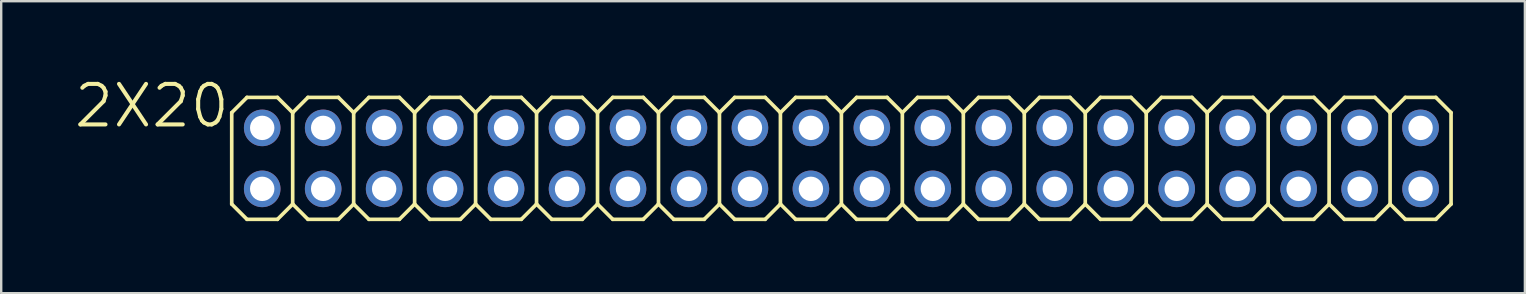
<source format=kicad_pcb>
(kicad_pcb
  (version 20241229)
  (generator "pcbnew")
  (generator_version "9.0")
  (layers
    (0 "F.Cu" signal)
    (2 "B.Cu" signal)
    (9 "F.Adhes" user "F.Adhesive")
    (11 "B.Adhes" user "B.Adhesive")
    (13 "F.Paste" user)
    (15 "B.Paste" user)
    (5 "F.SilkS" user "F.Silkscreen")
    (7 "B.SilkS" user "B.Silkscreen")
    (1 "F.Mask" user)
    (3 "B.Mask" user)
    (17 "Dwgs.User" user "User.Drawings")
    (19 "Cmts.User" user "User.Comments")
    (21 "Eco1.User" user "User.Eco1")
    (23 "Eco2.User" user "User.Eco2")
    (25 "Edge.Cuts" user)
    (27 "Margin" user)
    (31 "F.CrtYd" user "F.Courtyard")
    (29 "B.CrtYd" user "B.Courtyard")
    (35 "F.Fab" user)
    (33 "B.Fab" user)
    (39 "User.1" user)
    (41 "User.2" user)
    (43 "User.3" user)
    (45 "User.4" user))
  (footprint "2X20"
    (layer "F.Cu")
    (at 32.004 3.548)
    (property "Reference" "2X20" (at -25.4 -3.175 0) (layer "F.SilkS") (effects (font (size 1.689 1.689) (thickness 0.169)) (justify right top)))
    (attr through_hole)
    (fp_line (start -25.4 -1.905) (end -24.765 -2.54) (stroke (width 0.152) (type solid)) (layer "F.SilkS"))
    (fp_line (start -25.4 1.905) (end -25.4 -1.905) (stroke (width 0.152) (type solid)) (layer "F.SilkS"))
    (fp_line (start -25.4 1.905) (end -24.765 2.54) (stroke (width 0.152) (type solid)) (layer "F.SilkS"))
    (fp_line (start -24.765 -2.54) (end -23.495 -2.54) (stroke (width 0.152) (type solid)) (layer "F.SilkS"))
    (fp_line (start -24.765 2.54) (end -23.495 2.54) (stroke (width 0.152) (type solid)) (layer "F.SilkS"))
    (fp_line (start -23.495 -2.54) (end -22.86 -1.905) (stroke (width 0.152) (type solid)) (layer "F.SilkS"))
    (fp_line (start -23.495 2.54) (end -22.86 1.905) (stroke (width 0.152) (type solid)) (layer "F.SilkS"))
    (fp_line (start -22.86 -1.905) (end -22.86 1.905) (stroke (width 0.152) (type solid)) (layer "F.SilkS"))
    (fp_line (start -22.86 -1.905) (end -22.225 -2.54) (stroke (width 0.152) (type solid)) (layer "F.SilkS"))
    (fp_line (start -22.86 1.905) (end -22.225 2.54) (stroke (width 0.152) (type solid)) (layer "F.SilkS"))
    (fp_line (start -22.225 -2.54) (end -20.955 -2.54) (stroke (width 0.152) (type solid)) (layer "F.SilkS"))
    (fp_line (start -22.225 2.54) (end -20.955 2.54) (stroke (width 0.152) (type solid)) (layer "F.SilkS"))
    (fp_line (start -20.955 -2.54) (end -20.32 -1.905) (stroke (width 0.152) (type solid)) (layer "F.SilkS"))
    (fp_line (start -20.955 2.54) (end -20.32 1.905) (stroke (width 0.152) (type solid)) (layer "F.SilkS"))
    (fp_line (start -20.32 -1.905) (end -20.32 1.905) (stroke (width 0.152) (type solid)) (layer "F.SilkS"))
    (fp_line (start -20.32 -1.905) (end -19.685 -2.54) (stroke (width 0.152) (type solid)) (layer "F.SilkS"))
    (fp_line (start -20.32 1.905) (end -19.685 2.54) (stroke (width 0.152) (type solid)) (layer "F.SilkS"))
    (fp_line (start -19.685 -2.54) (end -18.415 -2.54) (stroke (width 0.152) (type solid)) (layer "F.SilkS"))
    (fp_line (start -19.685 2.54) (end -18.415 2.54) (stroke (width 0.152) (type solid)) (layer "F.SilkS"))
    (fp_line (start -18.415 -2.54) (end -17.78 -1.905) (stroke (width 0.152) (type solid)) (layer "F.SilkS"))
    (fp_line (start -18.415 2.54) (end -17.78 1.905) (stroke (width 0.152) (type solid)) (layer "F.SilkS"))
    (fp_line (start -17.78 -1.905) (end -17.78 1.905) (stroke (width 0.152) (type solid)) (layer "F.SilkS"))
    (fp_line (start -17.78 -1.905) (end -17.145 -2.54) (stroke (width 0.152) (type solid)) (layer "F.SilkS"))
    (fp_line (start -17.78 1.905) (end -17.145 2.54) (stroke (width 0.152) (type solid)) (layer "F.SilkS"))
    (fp_line (start -17.145 -2.54) (end -15.875 -2.54) (stroke (width 0.152) (type solid)) (layer "F.SilkS"))
    (fp_line (start -17.145 2.54) (end -15.875 2.54) (stroke (width 0.152) (type solid)) (layer "F.SilkS"))
    (fp_line (start -15.875 -2.54) (end -15.24 -1.905) (stroke (width 0.152) (type solid)) (layer "F.SilkS"))
    (fp_line (start -15.875 2.54) (end -15.24 1.905) (stroke (width 0.152) (type solid)) (layer "F.SilkS"))
    (fp_line (start -15.24 -1.905) (end -15.24 1.905) (stroke (width 0.152) (type solid)) (layer "F.SilkS"))
    (fp_line (start -15.24 -1.905) (end -14.605 -2.54) (stroke (width 0.152) (type solid)) (layer "F.SilkS"))
    (fp_line (start -15.24 1.905) (end -14.605 2.54) (stroke (width 0.152) (type solid)) (layer "F.SilkS"))
    (fp_line (start -14.605 -2.54) (end -13.335 -2.54) (stroke (width 0.152) (type solid)) (layer "F.SilkS"))
    (fp_line (start -14.605 2.54) (end -13.335 2.54) (stroke (width 0.152) (type solid)) (layer "F.SilkS"))
    (fp_line (start -13.335 -2.54) (end -12.7 -1.905) (stroke (width 0.152) (type solid)) (layer "F.SilkS"))
    (fp_line (start -13.335 2.54) (end -12.7 1.905) (stroke (width 0.152) (type solid)) (layer "F.SilkS"))
    (fp_line (start -12.7 -1.905) (end -12.7 1.905) (stroke (width 0.152) (type solid)) (layer "F.SilkS"))
    (fp_line (start -12.7 -1.905) (end -12.065 -2.54) (stroke (width 0.152) (type solid)) (layer "F.SilkS"))
    (fp_line (start -12.7 1.905) (end -12.065 2.54) (stroke (width 0.152) (type solid)) (layer "F.SilkS"))
    (fp_line (start -12.065 -2.54) (end -10.795 -2.54) (stroke (width 0.152) (type solid)) (layer "F.SilkS"))
    (fp_line (start -12.065 2.54) (end -10.795 2.54) (stroke (width 0.152) (type solid)) (layer "F.SilkS"))
    (fp_line (start -10.795 -2.54) (end -10.16 -1.905) (stroke (width 0.152) (type solid)) (layer "F.SilkS"))
    (fp_line (start -10.795 2.54) (end -10.16 1.905) (stroke (width 0.152) (type solid)) (layer "F.SilkS"))
    (fp_line (start -10.16 -1.905) (end -10.16 1.905) (stroke (width 0.152) (type solid)) (layer "F.SilkS"))
    (fp_line (start -10.16 -1.905) (end -9.525 -2.54) (stroke (width 0.152) (type solid)) (layer "F.SilkS"))
    (fp_line (start -10.16 1.905) (end -9.525 2.54) (stroke (width 0.152) (type solid)) (layer "F.SilkS"))
    (fp_line (start -9.525 -2.54) (end -8.255 -2.54) (stroke (width 0.152) (type solid)) (layer "F.SilkS"))
    (fp_line (start -8.255 -2.54) (end -7.62 -1.905) (stroke (width 0.152) (type solid)) (layer "F.SilkS"))
    (fp_line (start -8.255 2.54) (end -9.525 2.54) (stroke (width 0.152) (type solid)) (layer "F.SilkS"))
    (fp_line (start -7.62 -1.905) (end -7.62 1.905) (stroke (width 0.152) (type solid)) (layer "F.SilkS"))
    (fp_line (start -7.62 -1.905) (end -6.985 -2.54) (stroke (width 0.152) (type solid)) (layer "F.SilkS"))
    (fp_line (start -7.62 1.905) (end -8.255 2.54) (stroke (width 0.152) (type solid)) (layer "F.SilkS"))
    (fp_line (start -7.62 1.905) (end -6.985 2.54) (stroke (width 0.152) (type solid)) (layer "F.SilkS"))
    (fp_line (start -6.985 -2.54) (end -5.715 -2.54) (stroke (width 0.152) (type solid)) (layer "F.SilkS"))
    (fp_line (start -5.715 -2.54) (end -5.08 -1.905) (stroke (width 0.152) (type solid)) (layer "F.SilkS"))
    (fp_line (start -5.715 2.54) (end -6.985 2.54) (stroke (width 0.152) (type solid)) (layer "F.SilkS"))
    (fp_line (start -5.08 -1.905) (end -5.08 1.905) (stroke (width 0.152) (type solid)) (layer "F.SilkS"))
    (fp_line (start -5.08 -1.905) (end -4.445 -2.54) (stroke (width 0.152) (type solid)) (layer "F.SilkS"))
    (fp_line (start -5.08 1.905) (end -5.715 2.54) (stroke (width 0.152) (type solid)) (layer "F.SilkS"))
    (fp_line (start -5.08 1.905) (end -4.445 2.54) (stroke (width 0.152) (type solid)) (layer "F.SilkS"))
    (fp_line (start -4.445 -2.54) (end -3.175 -2.54) (stroke (width 0.152) (type solid)) (layer "F.SilkS"))
    (fp_line (start -3.175 -2.54) (end -2.54 -1.905) (stroke (width 0.152) (type solid)) (layer "F.SilkS"))
    (fp_line (start -3.175 2.54) (end -4.445 2.54) (stroke (width 0.152) (type solid)) (layer "F.SilkS"))
    (fp_line (start -2.54 -1.905) (end -2.54 1.905) (stroke (width 0.152) (type solid)) (layer "F.SilkS"))
    (fp_line (start -2.54 -1.905) (end -1.905 -2.54) (stroke (width 0.152) (type solid)) (layer "F.SilkS"))
    (fp_line (start -2.54 1.905) (end -3.175 2.54) (stroke (width 0.152) (type solid)) (layer "F.SilkS"))
    (fp_line (start -2.54 1.905) (end -1.905 2.54) (stroke (width 0.152) (type solid)) (layer "F.SilkS"))
    (fp_line (start -1.905 -2.54) (end -0.635 -2.54) (stroke (width 0.152) (type solid)) (layer "F.SilkS"))
    (fp_line (start -0.635 -2.54) (end 0 -1.905) (stroke (width 0.152) (type solid)) (layer "F.SilkS"))
    (fp_line (start -0.635 2.54) (end -1.905 2.54) (stroke (width 0.152) (type solid)) (layer "F.SilkS"))
    (fp_line (start 0 -1.905) (end 0 1.905) (stroke (width 0.152) (type solid)) (layer "F.SilkS"))
    (fp_line (start 0 -1.905) (end 0.635 -2.54) (stroke (width 0.152) (type solid)) (layer "F.SilkS"))
    (fp_line (start 0 1.905) (end -0.635 2.54) (stroke (width 0.152) (type solid)) (layer "F.SilkS"))
    (fp_line (start 0 1.905) (end 0.635 2.54) (stroke (width 0.152) (type solid)) (layer "F.SilkS"))
    (fp_line (start 0.635 -2.54) (end 1.905 -2.54) (stroke (width 0.152) (type solid)) (layer "F.SilkS"))
    (fp_line (start 1.905 -2.54) (end 2.54 -1.905) (stroke (width 0.152) (type solid)) (layer "F.SilkS"))
    (fp_line (start 1.905 2.54) (end 0.635 2.54) (stroke (width 0.152) (type solid)) (layer "F.SilkS"))
    (fp_line (start 2.54 -1.905) (end 2.54 1.905) (stroke (width 0.152) (type solid)) (layer "F.SilkS"))
    (fp_line (start 2.54 -1.905) (end 3.175 -2.54) (stroke (width 0.152) (type solid)) (layer "F.SilkS"))
    (fp_line (start 2.54 1.905) (end 1.905 2.54) (stroke (width 0.152) (type solid)) (layer "F.SilkS"))
    (fp_line (start 2.54 1.905) (end 3.175 2.54) (stroke (width 0.152) (type solid)) (layer "F.SilkS"))
    (fp_line (start 3.175 -2.54) (end 4.445 -2.54) (stroke (width 0.152) (type solid)) (layer "F.SilkS"))
    (fp_line (start 4.445 2.54) (end 3.175 2.54) (stroke (width 0.152) (type solid)) (layer "F.SilkS"))
    (fp_line (start 5.08 -1.905) (end 4.445 -2.54) (stroke (width 0.152) (type solid)) (layer "F.SilkS"))
    (fp_line (start 5.08 -1.905) (end 5.08 1.905) (stroke (width 0.152) (type solid)) (layer "F.SilkS"))
    (fp_line (start 5.08 -1.905) (end 5.715 -2.54) (stroke (width 0.152) (type solid)) (layer "F.SilkS"))
    (fp_line (start 5.08 1.905) (end 4.445 2.54) (stroke (width 0.152) (type solid)) (layer "F.SilkS"))
    (fp_line (start 5.08 1.905) (end 5.715 2.54) (stroke (width 0.152) (type solid)) (layer "F.SilkS"))
    (fp_line (start 6.985 -2.54) (end 5.715 -2.54) (stroke (width 0.152) (type solid)) (layer "F.SilkS"))
    (fp_line (start 6.985 -2.54) (end 7.62 -1.905) (stroke (width 0.152) (type solid)) (layer "F.SilkS"))
    (fp_line (start 6.985 2.54) (end 5.715 2.54) (stroke (width 0.152) (type solid)) (layer "F.SilkS"))
    (fp_line (start 7.62 -1.905) (end 7.62 1.905) (stroke (width 0.152) (type solid)) (layer "F.SilkS"))
    (fp_line (start 7.62 -1.905) (end 8.255 -2.54) (stroke (width 0.152) (type solid)) (layer "F.SilkS"))
    (fp_line (start 7.62 1.905) (end 6.985 2.54) (stroke (width 0.152) (type solid)) (layer "F.SilkS"))
    (fp_line (start 7.62 1.905) (end 8.255 2.54) (stroke (width 0.152) (type solid)) (layer "F.SilkS"))
    (fp_line (start 9.525 -2.54) (end 8.255 -2.54) (stroke (width 0.152) (type solid)) (layer "F.SilkS"))
    (fp_line (start 9.525 -2.54) (end 10.16 -1.905) (stroke (width 0.152) (type solid)) (layer "F.SilkS"))
    (fp_line (start 9.525 2.54) (end 8.255 2.54) (stroke (width 0.152) (type solid)) (layer "F.SilkS"))
    (fp_line (start 10.16 -1.905) (end 10.16 1.905) (stroke (width 0.152) (type solid)) (layer "F.SilkS"))
    (fp_line (start 10.16 -1.905) (end 10.795 -2.54) (stroke (width 0.152) (type solid)) (layer "F.SilkS"))
    (fp_line (start 10.16 1.905) (end 9.525 2.54) (stroke (width 0.152) (type solid)) (layer "F.SilkS"))
    (fp_line (start 10.795 2.54) (end 10.16 1.905) (stroke (width 0.152) (type solid)) (layer "F.SilkS"))
    (fp_line (start 10.795 2.54) (end 12.065 2.54) (stroke (width 0.152) (type solid)) (layer "F.SilkS"))
    (fp_line (start 12.065 -2.54) (end 10.795 -2.54) (stroke (width 0.152) (type solid)) (layer "F.SilkS"))
    (fp_line (start 12.065 -2.54) (end 12.7 -1.905) (stroke (width 0.152) (type solid)) (layer "F.SilkS"))
    (fp_line (start 12.7 -1.905) (end 12.7 1.905) (stroke (width 0.152) (type solid)) (layer "F.SilkS"))
    (fp_line (start 12.7 -1.905) (end 13.335 -2.54) (stroke (width 0.152) (type solid)) (layer "F.SilkS"))
    (fp_line (start 12.7 1.905) (end 12.065 2.54) (stroke (width 0.152) (type solid)) (layer "F.SilkS"))
    (fp_line (start 13.335 2.54) (end 12.7 1.905) (stroke (width 0.152) (type solid)) (layer "F.SilkS"))
    (fp_line (start 13.335 2.54) (end 14.605 2.54) (stroke (width 0.152) (type solid)) (layer "F.SilkS"))
    (fp_line (start 14.605 -2.54) (end 13.335 -2.54) (stroke (width 0.152) (type solid)) (layer "F.SilkS"))
    (fp_line (start 14.605 -2.54) (end 15.24 -1.905) (stroke (width 0.152) (type solid)) (layer "F.SilkS"))
    (fp_line (start 15.24 -1.905) (end 15.24 1.905) (stroke (width 0.152) (type solid)) (layer "F.SilkS"))
    (fp_line (start 15.24 -1.905) (end 15.875 -2.54) (stroke (width 0.152) (type solid)) (layer "F.SilkS"))
    (fp_line (start 15.24 1.905) (end 14.605 2.54) (stroke (width 0.152) (type solid)) (layer "F.SilkS"))
    (fp_line (start 15.24 1.905) (end 15.875 2.54) (stroke (width 0.152) (type solid)) (layer "F.SilkS"))
    (fp_line (start 17.145 -2.54) (end 15.875 -2.54) (stroke (width 0.152) (type solid)) (layer "F.SilkS"))
    (fp_line (start 17.145 -2.54) (end 17.78 -1.905) (stroke (width 0.152) (type solid)) (layer "F.SilkS"))
    (fp_line (start 17.145 2.54) (end 15.875 2.54) (stroke (width 0.152) (type solid)) (layer "F.SilkS"))
    (fp_line (start 17.78 -1.905) (end 17.78 1.905) (stroke (width 0.152) (type solid)) (layer "F.SilkS"))
    (fp_line (start 17.78 -1.905) (end 18.415 -2.54) (stroke (width 0.152) (type solid)) (layer "F.SilkS"))
    (fp_line (start 17.78 1.905) (end 17.145 2.54) (stroke (width 0.152) (type solid)) (layer "F.SilkS"))
    (fp_line (start 17.78 1.905) (end 18.415 2.54) (stroke (width 0.152) (type solid)) (layer "F.SilkS"))
    (fp_line (start 19.685 -2.54) (end 18.415 -2.54) (stroke (width 0.152) (type solid)) (layer "F.SilkS"))
    (fp_line (start 19.685 -2.54) (end 20.32 -1.905) (stroke (width 0.152) (type solid)) (layer "F.SilkS"))
    (fp_line (start 19.685 2.54) (end 18.415 2.54) (stroke (width 0.152) (type solid)) (layer "F.SilkS"))
    (fp_line (start 20.32 -1.905) (end 20.32 1.905) (stroke (width 0.152) (type solid)) (layer "F.SilkS"))
    (fp_line (start 20.32 -1.905) (end 20.955 -2.54) (stroke (width 0.152) (type solid)) (layer "F.SilkS"))
    (fp_line (start 20.32 1.905) (end 19.685 2.54) (stroke (width 0.152) (type solid)) (layer "F.SilkS"))
    (fp_line (start 20.32 1.905) (end 20.955 2.54) (stroke (width 0.152) (type solid)) (layer "F.SilkS"))
    (fp_line (start 22.225 -2.54) (end 20.955 -2.54) (stroke (width 0.152) (type solid)) (layer "F.SilkS"))
    (fp_line (start 22.225 -2.54) (end 22.86 -1.905) (stroke (width 0.152) (type solid)) (layer "F.SilkS"))
    (fp_line (start 22.225 2.54) (end 20.955 2.54) (stroke (width 0.152) (type solid)) (layer "F.SilkS"))
    (fp_line (start 22.86 -1.905) (end 22.86 1.905) (stroke (width 0.152) (type solid)) (layer "F.SilkS"))
    (fp_line (start 22.86 -1.905) (end 23.495 -2.54) (stroke (width 0.152) (type solid)) (layer "F.SilkS"))
    (fp_line (start 22.86 1.905) (end 22.225 2.54) (stroke (width 0.152) (type solid)) (layer "F.SilkS"))
    (fp_line (start 22.86 1.905) (end 23.495 2.54) (stroke (width 0.152) (type solid)) (layer "F.SilkS"))
    (fp_line (start 24.765 -2.54) (end 23.495 -2.54) (stroke (width 0.152) (type solid)) (layer "F.SilkS"))
    (fp_line (start 24.765 -2.54) (end 25.4 -1.905) (stroke (width 0.152) (type solid)) (layer "F.SilkS"))
    (fp_line (start 24.765 2.54) (end 23.495 2.54) (stroke (width 0.152) (type solid)) (layer "F.SilkS"))
    (fp_line (start 25.4 -1.905) (end 25.4 1.905) (stroke (width 0.152) (type solid)) (layer "F.SilkS"))
    (fp_line (start 25.4 1.905) (end 24.765 2.54) (stroke (width 0.152) (type solid)) (layer "F.SilkS"))
    (fp_poly (pts (xy -24.384 -1.016) (xy -23.876 -1.016) (xy -23.876 -1.524) (xy -24.384 -1.524)) (stroke (width 0.1) (type solid)) (fill no) (layer "F.Fab"))
    (fp_poly (pts (xy -24.384 1.524) (xy -23.876 1.524) (xy -23.876 1.016) (xy -24.384 1.016)) (stroke (width 0.1) (type solid)) (fill no) (layer "F.Fab"))
    (fp_poly (pts (xy -21.844 -1.016) (xy -21.336 -1.016) (xy -21.336 -1.524) (xy -21.844 -1.524)) (stroke (width 0.1) (type solid)) (fill no) (layer "F.Fab"))
    (fp_poly (pts (xy -21.844 1.524) (xy -21.336 1.524) (xy -21.336 1.016) (xy -21.844 1.016)) (stroke (width 0.1) (type solid)) (fill no) (layer "F.Fab"))
    (fp_poly (pts (xy -19.304 -1.016) (xy -18.796 -1.016) (xy -18.796 -1.524) (xy -19.304 -1.524)) (stroke (width 0.1) (type solid)) (fill no) (layer "F.Fab"))
    (fp_poly (pts (xy -19.304 1.524) (xy -18.796 1.524) (xy -18.796 1.016) (xy -19.304 1.016)) (stroke (width 0.1) (type solid)) (fill no) (layer "F.Fab"))
    (fp_poly (pts (xy -16.764 -1.016) (xy -16.256 -1.016) (xy -16.256 -1.524) (xy -16.764 -1.524)) (stroke (width 0.1) (type solid)) (fill no) (layer "F.Fab"))
    (fp_poly (pts (xy -16.764 1.524) (xy -16.256 1.524) (xy -16.256 1.016) (xy -16.764 1.016)) (stroke (width 0.1) (type solid)) (fill no) (layer "F.Fab"))
    (fp_poly (pts (xy -14.224 -1.016) (xy -13.716 -1.016) (xy -13.716 -1.524) (xy -14.224 -1.524)) (stroke (width 0.1) (type solid)) (fill no) (layer "F.Fab"))
    (fp_poly (pts (xy -14.224 1.524) (xy -13.716 1.524) (xy -13.716 1.016) (xy -14.224 1.016)) (stroke (width 0.1) (type solid)) (fill no) (layer "F.Fab"))
    (fp_poly (pts (xy -11.684 -1.016) (xy -11.176 -1.016) (xy -11.176 -1.524) (xy -11.684 -1.524)) (stroke (width 0.1) (type solid)) (fill no) (layer "F.Fab"))
    (fp_poly (pts (xy -11.684 1.524) (xy -11.176 1.524) (xy -11.176 1.016) (xy -11.684 1.016)) (stroke (width 0.1) (type solid)) (fill no) (layer "F.Fab"))
    (fp_poly (pts (xy -9.144 -1.016) (xy -8.636 -1.016) (xy -8.636 -1.524) (xy -9.144 -1.524)) (stroke (width 0.1) (type solid)) (fill no) (layer "F.Fab"))
    (fp_poly (pts (xy -9.144 1.524) (xy -8.636 1.524) (xy -8.636 1.016) (xy -9.144 1.016)) (stroke (width 0.1) (type solid)) (fill no) (layer "F.Fab"))
    (fp_poly (pts (xy -6.604 -1.016) (xy -6.096 -1.016) (xy -6.096 -1.524) (xy -6.604 -1.524)) (stroke (width 0.1) (type solid)) (fill no) (layer "F.Fab"))
    (fp_poly (pts (xy -6.604 1.524) (xy -6.096 1.524) (xy -6.096 1.016) (xy -6.604 1.016)) (stroke (width 0.1) (type solid)) (fill no) (layer "F.Fab"))
    (fp_poly (pts (xy -4.064 -1.016) (xy -3.556 -1.016) (xy -3.556 -1.524) (xy -4.064 -1.524)) (stroke (width 0.1) (type solid)) (fill no) (layer "F.Fab"))
    (fp_poly (pts (xy -4.064 1.524) (xy -3.556 1.524) (xy -3.556 1.016) (xy -4.064 1.016)) (stroke (width 0.1) (type solid)) (fill no) (layer "F.Fab"))
    (fp_poly (pts (xy -1.524 -1.016) (xy -1.016 -1.016) (xy -1.016 -1.524) (xy -1.524 -1.524)) (stroke (width 0.1) (type solid)) (fill no) (layer "F.Fab"))
    (fp_poly (pts (xy -1.524 1.524) (xy -1.016 1.524) (xy -1.016 1.016) (xy -1.524 1.016)) (stroke (width 0.1) (type solid)) (fill no) (layer "F.Fab"))
    (fp_poly (pts (xy 1.016 -1.016) (xy 1.524 -1.016) (xy 1.524 -1.524) (xy 1.016 -1.524)) (stroke (width 0.1) (type solid)) (fill no) (layer "F.Fab"))
    (fp_poly (pts (xy 1.016 1.524) (xy 1.524 1.524) (xy 1.524 1.016) (xy 1.016 1.016)) (stroke (width 0.1) (type solid)) (fill no) (layer "F.Fab"))
    (fp_poly (pts (xy 3.556 -1.016) (xy 4.064 -1.016) (xy 4.064 -1.524) (xy 3.556 -1.524)) (stroke (width 0.1) (type solid)) (fill no) (layer "F.Fab"))
    (fp_poly (pts (xy 3.556 1.524) (xy 4.064 1.524) (xy 4.064 1.016) (xy 3.556 1.016)) (stroke (width 0.1) (type solid)) (fill no) (layer "F.Fab"))
    (fp_poly (pts (xy 6.096 -1.016) (xy 6.604 -1.016) (xy 6.604 -1.524) (xy 6.096 -1.524)) (stroke (width 0.1) (type solid)) (fill no) (layer "F.Fab"))
    (fp_poly (pts (xy 6.096 1.524) (xy 6.604 1.524) (xy 6.604 1.016) (xy 6.096 1.016)) (stroke (width 0.1) (type solid)) (fill no) (layer "F.Fab"))
    (fp_poly (pts (xy 8.636 -1.016) (xy 9.144 -1.016) (xy 9.144 -1.524) (xy 8.636 -1.524)) (stroke (width 0.1) (type solid)) (fill no) (layer "F.Fab"))
    (fp_poly (pts (xy 8.636 1.524) (xy 9.144 1.524) (xy 9.144 1.016) (xy 8.636 1.016)) (stroke (width 0.1) (type solid)) (fill no) (layer "F.Fab"))
    (fp_poly (pts (xy 11.176 -1.016) (xy 11.684 -1.016) (xy 11.684 -1.524) (xy 11.176 -1.524)) (stroke (width 0.1) (type solid)) (fill no) (layer "F.Fab"))
    (fp_poly (pts (xy 11.176 1.524) (xy 11.684 1.524) (xy 11.684 1.016) (xy 11.176 1.016)) (stroke (width 0.1) (type solid)) (fill no) (layer "F.Fab"))
    (fp_poly (pts (xy 13.716 -1.016) (xy 14.224 -1.016) (xy 14.224 -1.524) (xy 13.716 -1.524)) (stroke (width 0.1) (type solid)) (fill no) (layer "F.Fab"))
    (fp_poly (pts (xy 13.716 1.524) (xy 14.224 1.524) (xy 14.224 1.016) (xy 13.716 1.016)) (stroke (width 0.1) (type solid)) (fill no) (layer "F.Fab"))
    (fp_poly (pts (xy 16.256 -1.016) (xy 16.764 -1.016) (xy 16.764 -1.524) (xy 16.256 -1.524)) (stroke (width 0.1) (type solid)) (fill no) (layer "F.Fab"))
    (fp_poly (pts (xy 16.256 1.524) (xy 16.764 1.524) (xy 16.764 1.016) (xy 16.256 1.016)) (stroke (width 0.1) (type solid)) (fill no) (layer "F.Fab"))
    (fp_poly (pts (xy 18.796 -1.016) (xy 19.304 -1.016) (xy 19.304 -1.524) (xy 18.796 -1.524)) (stroke (width 0.1) (type solid)) (fill no) (layer "F.Fab"))
    (fp_poly (pts (xy 18.796 1.524) (xy 19.304 1.524) (xy 19.304 1.016) (xy 18.796 1.016)) (stroke (width 0.1) (type solid)) (fill no) (layer "F.Fab"))
    (fp_poly (pts (xy 21.336 -1.016) (xy 21.844 -1.016) (xy 21.844 -1.524) (xy 21.336 -1.524)) (stroke (width 0.1) (type solid)) (fill no) (layer "F.Fab"))
    (fp_poly (pts (xy 21.336 1.524) (xy 21.844 1.524) (xy 21.844 1.016) (xy 21.336 1.016)) (stroke (width 0.1) (type solid)) (fill no) (layer "F.Fab"))
    (fp_poly (pts (xy 23.876 -1.016) (xy 24.384 -1.016) (xy 24.384 -1.524) (xy 23.876 -1.524)) (stroke (width 0.1) (type solid)) (fill no) (layer "F.Fab"))
    (fp_poly (pts (xy 23.876 1.524) (xy 24.384 1.524) (xy 24.384 1.016) (xy 23.876 1.016)) (stroke (width 0.1) (type solid)) (fill no) (layer "F.Fab"))
    (pad "1" thru_hole circle (at -24.13 1.27) (size 1.524 1.524) (drill 1.016) (layers "*.Cu" "*.Mask"))
    (pad "2" thru_hole circle (at -24.13 -1.27) (size 1.524 1.524) (drill 1.016) (layers "*.Cu" "*.Mask"))
    (pad "3" thru_hole circle (at -21.59 1.27) (size 1.524 1.524) (drill 1.016) (layers "*.Cu" "*.Mask"))
    (pad "4" thru_hole circle (at -21.59 -1.27) (size 1.524 1.524) (drill 1.016) (layers "*.Cu" "*.Mask"))
    (pad "5" thru_hole circle (at -19.05 1.27) (size 1.524 1.524) (drill 1.016) (layers "*.Cu" "*.Mask"))
    (pad "6" thru_hole circle (at -19.05 -1.27) (size 1.524 1.524) (drill 1.016) (layers "*.Cu" "*.Mask"))
    (pad "7" thru_hole circle (at -16.51 1.27) (size 1.524 1.524) (drill 1.016) (layers "*.Cu" "*.Mask"))
    (pad "8" thru_hole circle (at -16.51 -1.27) (size 1.524 1.524) (drill 1.016) (layers "*.Cu" "*.Mask"))
    (pad "9" thru_hole circle (at -13.97 1.27) (size 1.524 1.524) (drill 1.016) (layers "*.Cu" "*.Mask"))
    (pad "10" thru_hole circle (at -13.97 -1.27) (size 1.524 1.524) (drill 1.016) (layers "*.Cu" "*.Mask"))
    (pad "11" thru_hole circle (at -11.43 1.27) (size 1.524 1.524) (drill 1.016) (layers "*.Cu" "*.Mask"))
    (pad "12" thru_hole circle (at -11.43 -1.27) (size 1.524 1.524) (drill 1.016) (layers "*.Cu" "*.Mask"))
    (pad "13" thru_hole circle (at -8.89 1.27) (size 1.524 1.524) (drill 1.016) (layers "*.Cu" "*.Mask"))
    (pad "14" thru_hole circle (at -8.89 -1.27) (size 1.524 1.524) (drill 1.016) (layers "*.Cu" "*.Mask"))
    (pad "15" thru_hole circle (at -6.35 1.27) (size 1.524 1.524) (drill 1.016) (layers "*.Cu" "*.Mask"))
    (pad "16" thru_hole circle (at -6.35 -1.27) (size 1.524 1.524) (drill 1.016) (layers "*.Cu" "*.Mask"))
    (pad "17" thru_hole circle (at -3.81 1.27) (size 1.524 1.524) (drill 1.016) (layers "*.Cu" "*.Mask"))
    (pad "18" thru_hole circle (at -3.81 -1.27) (size 1.524 1.524) (drill 1.016) (layers "*.Cu" "*.Mask"))
    (pad "19" thru_hole circle (at -1.27 1.27) (size 1.524 1.524) (drill 1.016) (layers "*.Cu" "*.Mask"))
    (pad "20" thru_hole circle (at -1.27 -1.27) (size 1.524 1.524) (drill 1.016) (layers "*.Cu" "*.Mask"))
    (pad "21" thru_hole circle (at 1.27 1.27) (size 1.524 1.524) (drill 1.016) (layers "*.Cu" "*.Mask"))
    (pad "22" thru_hole circle (at 1.27 -1.27) (size 1.524 1.524) (drill 1.016) (layers "*.Cu" "*.Mask"))
    (pad "23" thru_hole circle (at 3.81 1.27) (size 1.524 1.524) (drill 1.016) (layers "*.Cu" "*.Mask"))
    (pad "24" thru_hole circle (at 3.81 -1.27) (size 1.524 1.524) (drill 1.016) (layers "*.Cu" "*.Mask"))
    (pad "25" thru_hole circle (at 6.35 1.27) (size 1.524 1.524) (drill 1.016) (layers "*.Cu" "*.Mask"))
    (pad "26" thru_hole circle (at 6.35 -1.27) (size 1.524 1.524) (drill 1.016) (layers "*.Cu" "*.Mask"))
    (pad "27" thru_hole circle (at 8.89 1.27) (size 1.524 1.524) (drill 1.016) (layers "*.Cu" "*.Mask"))
    (pad "28" thru_hole circle (at 8.89 -1.27) (size 1.524 1.524) (drill 1.016) (layers "*.Cu" "*.Mask"))
    (pad "29" thru_hole circle (at 11.43 1.27) (size 1.524 1.524) (drill 1.016) (layers "*.Cu" "*.Mask"))
    (pad "30" thru_hole circle (at 11.43 -1.27) (size 1.524 1.524) (drill 1.016) (layers "*.Cu" "*.Mask"))
    (pad "31" thru_hole circle (at 13.97 1.27) (size 1.524 1.524) (drill 1.016) (layers "*.Cu" "*.Mask"))
    (pad "32" thru_hole circle (at 13.97 -1.27) (size 1.524 1.524) (drill 1.016) (layers "*.Cu" "*.Mask"))
    (pad "33" thru_hole circle (at 16.51 1.27) (size 1.524 1.524) (drill 1.016) (layers "*.Cu" "*.Mask"))
    (pad "34" thru_hole circle (at 16.51 -1.27) (size 1.524 1.524) (drill 1.016) (layers "*.Cu" "*.Mask"))
    (pad "35" thru_hole circle (at 19.05 1.27) (size 1.524 1.524) (drill 1.016) (layers "*.Cu" "*.Mask"))
    (pad "36" thru_hole circle (at 19.05 -1.27) (size 1.524 1.524) (drill 1.016) (layers "*.Cu" "*.Mask"))
    (pad "37" thru_hole circle (at 21.59 1.27) (size 1.524 1.524) (drill 1.016) (layers "*.Cu" "*.Mask"))
    (pad "38" thru_hole circle (at 21.59 -1.27) (size 1.524 1.524) (drill 1.016) (layers "*.Cu" "*.Mask"))
    (pad "39" thru_hole circle (at 24.13 1.27) (size 1.524 1.524) (drill 1.016) (layers "*.Cu" "*.Mask"))
    (pad "40" thru_hole circle (at 24.13 -1.27) (size 1.524 1.524) (drill 1.016) (layers "*.Cu" "*.Mask")))
  (gr_rect
    (start -3 -3)
    (end 60.48 9.164)
    (stroke (width 0.1) (type default))
    (fill no)
    (layer "Edge.Cuts")))
</source>
